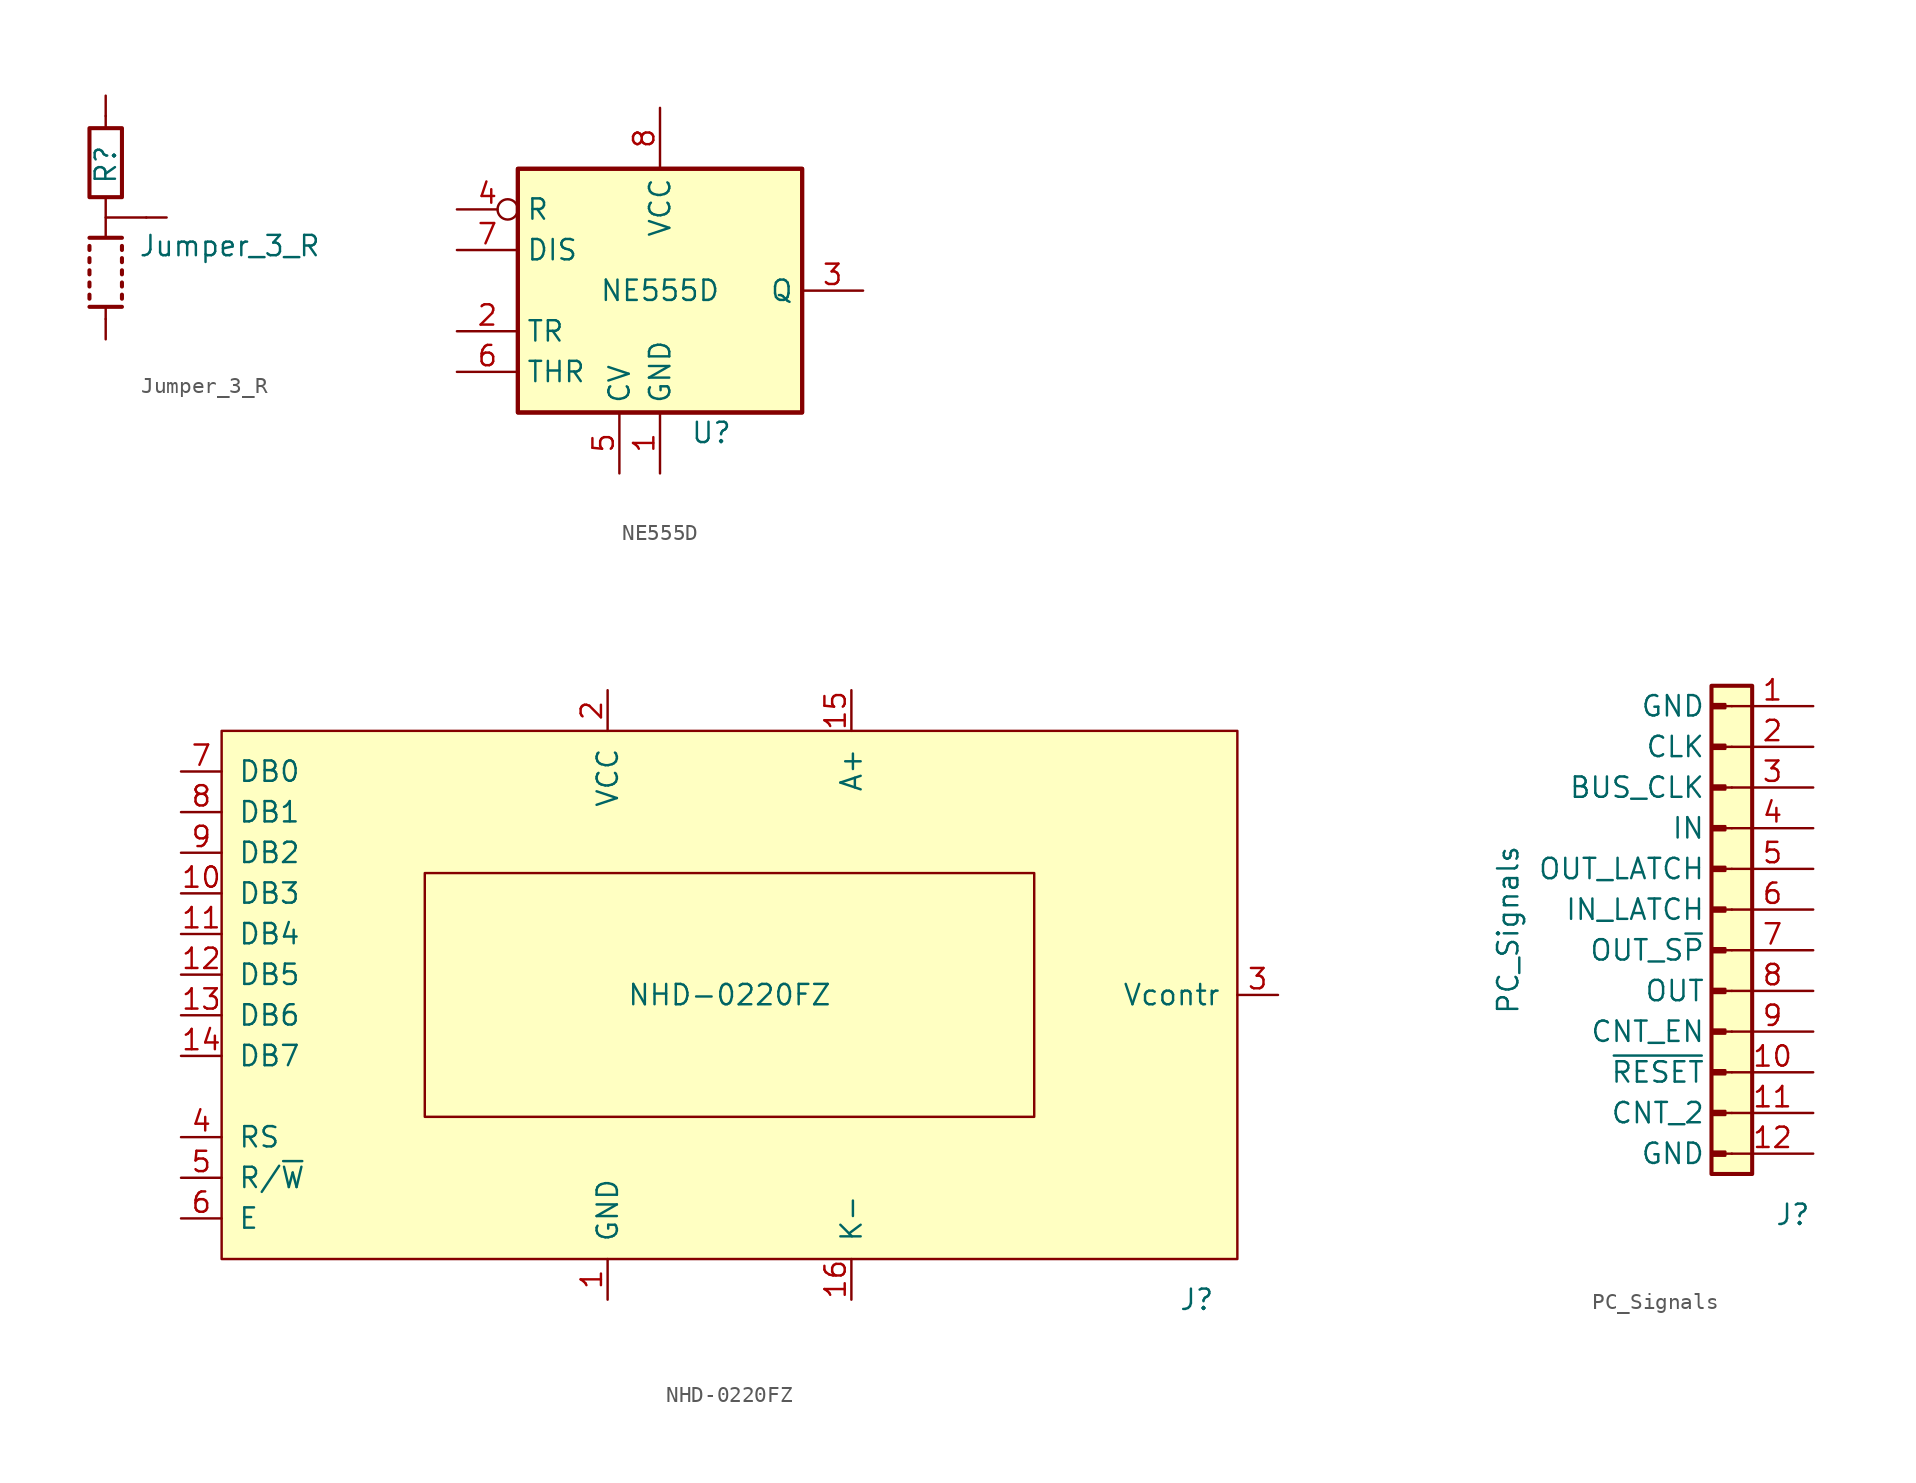
<source format=kicad_sym>
(kicad_symbol_lib
  (version 20211014)
  (generator kicad_symbol_editor)
  (symbol "Jumper_3_R"
    (pin_numbers hide)
    (pin_names hide)
    (property "Reference" "R"
      (at 0 3.302 90)
      (effects (font (size 1.27 1.27))))
    (property "Value" "Jumper_3_R"
      (at 2.032 -1.778 0)
      (effects (font (size 1.27 1.27)) (justify left)))
    (symbol "Jumper_3_R_0_1"
      (rectangle (start -1.016 5.588) (end 1.016 1.27) (stroke (width 0.254) (type default) (color 0 0 0 0)) (fill (type none)))
      (polyline (pts (xy -1.016 -5.588) (xy 1.016 -5.588)) (stroke (width 0.254) (type default) (color 0 0 0 0)) (fill (type none)))
      (polyline (pts (xy -1.016 -4.826) (xy -1.016 -5.08)) (stroke (width 0.254) (type default) (color 0 0 0 0)) (fill (type none)))
      (polyline (pts (xy -1.016 -4.064) (xy -1.016 -4.318)) (stroke (width 0.254) (type default) (color 0 0 0 0)) (fill (type none)))
      (polyline (pts (xy -1.016 -3.302) (xy -1.016 -3.556)) (stroke (width 0.254) (type default) (color 0 0 0 0)) (fill (type none)))
      (polyline (pts (xy -1.016 -2.54) (xy -1.016 -2.794)) (stroke (width 0.254) (type default) (color 0 0 0 0)) (fill (type none)))
      (polyline (pts (xy -1.016 -1.778) (xy -1.016 -2.032)) (stroke (width 0.254) (type default) (color 0 0 0 0)) (fill (type none)))
      (polyline (pts (xy -1.016 -1.27) (xy 1.016 -1.27)) (stroke (width 0.254) (type default) (color 0 0 0 0)) (fill (type none)))
      (polyline (pts (xy 0 -6.35) (xy 0 -5.588)) (stroke (width 0) (type default) (color 0 0 0 0)) (fill (type none)))
      (polyline (pts (xy 0 1.27) (xy 0 0)) (stroke (width 0) (type default) (color 0 0 0 0)) (fill (type none)))
      (polyline (pts (xy 0 6.35) (xy 0 5.588)) (stroke (width 0) (type default) (color 0 0 0 0)) (fill (type none)))
      (polyline (pts (xy 1.016 -4.826) (xy 1.016 -5.08)) (stroke (width 0.254) (type default) (color 0 0 0 0)) (fill (type none)))
      (polyline (pts (xy 1.016 -4.064) (xy 1.016 -4.318)) (stroke (width 0.254) (type default) (color 0 0 0 0)) (fill (type none)))
      (polyline (pts (xy 1.016 -3.302) (xy 1.016 -3.556)) (stroke (width 0.254) (type default) (color 0 0 0 0)) (fill (type none)))
      (polyline (pts (xy 1.016 -2.54) (xy 1.016 -2.794)) (stroke (width 0.254) (type default) (color 0 0 0 0)) (fill (type none)))
      (polyline (pts (xy 1.016 -1.778) (xy 1.016 -2.032)) (stroke (width 0.254) (type default) (color 0 0 0 0)) (fill (type none)))
      (polyline (pts (xy 2.54 0) (xy 0 0) (xy 0 -1.27)) (stroke (width 0) (type default) (color 0 0 0 0)) (fill (type none))))
    (symbol "Jumper_3_R_1_1"
      (pin passive line (at 0 7.62 270) (length 1.27) (name "~" (effects (font (size 1.27 1.27)))) (number "1" (effects (font (size 1.27 1.27)))))
      (pin passive line (at 3.81 0 180) (length 1.27) (name "~" (effects (font (size 1.27 1.27)))) (number "2" (effects (font (size 1.27 1.27)))))
      (pin passive line (at 0 -7.62 90) (length 1.27) (name "~" (effects (font (size 1.27 1.27)))) (number "3" (effects (font (size 1.27 1.27)))))))
  (symbol "NE555D"
    (property "Reference" "U"
      (at 1.905 -8.89 0)
      (effects (font (size 1.27 1.27)) (justify left)))
    (property "Value" "NE555D"
      (at 0 0 0)
      (effects (font (size 1.27 1.27))))
    (symbol "NE555D_0_0"
      (pin power_in line (at 0 -11.43 90) (length 3.81) (name "GND" (effects (font (size 1.27 1.27)))) (number "1" (effects (font (size 1.27 1.27)))))
      (pin power_in line (at 0 11.43 270) (length 3.81) (name "VCC" (effects (font (size 1.27 1.27)))) (number "8" (effects (font (size 1.27 1.27))))))
    (symbol "NE555D_0_1"
      (rectangle (start -8.89 -7.62) (end 8.89 7.62) (stroke (width 0.254) (type default) (color 0 0 0 0)) (fill (type background)))
      (rectangle (start -8.89 -7.62) (end 8.89 7.62) (stroke (width 0.254) (type default) (color 0 0 0 0)) (fill (type background))))
    (symbol "NE555D_1_1"
      (pin input line (at -12.7 -2.54 0) (length 3.81) (name "TR" (effects (font (size 1.27 1.27)))) (number "2" (effects (font (size 1.27 1.27)))))
      (pin output line (at 12.7 0 180) (length 3.81) (name "Q" (effects (font (size 1.27 1.27)))) (number "3" (effects (font (size 1.27 1.27)))))
      (pin input inverted (at -12.7 5.08 0) (length 3.81) (name "R" (effects (font (size 1.27 1.27)))) (number "4" (effects (font (size 1.27 1.27)))))
      (pin input line (at -2.54 -11.43 90) (length 3.81) (name "CV" (effects (font (size 1.27 1.27)))) (number "5" (effects (font (size 1.27 1.27)))))
      (pin input line (at -12.7 -5.08 0) (length 3.81) (name "THR" (effects (font (size 1.27 1.27)))) (number "6" (effects (font (size 1.27 1.27)))))
      (pin input line (at -12.7 2.54 0) (length 3.81) (name "DIS" (effects (font (size 1.27 1.27)))) (number "7" (effects (font (size 1.27 1.27)))))))
  (symbol "NHD-0220FZ"
    (pin_names
      (offset 1.016))
    (property "Reference" "J"
      (at 29.21 -19.05 0)
      (effects (font (size 1.27 1.27))))
    (property "Value" "NHD-0220FZ"
      (at 0 0 0)
      (effects (font (size 1.27 1.27))))
    (symbol "NHD-0220FZ_0_1"
      (rectangle (start -31.75 16.51) (end 31.75 -16.51) (stroke (width 0) (type default) (color 0 0 0 0)) (fill (type background)))
      (rectangle (start -19.05 7.62) (end 19.05 -7.62) (stroke (width 0) (type default) (color 0 0 0 0)) (fill (type background))))
    (symbol "NHD-0220FZ_1_1"
      (pin power_in line (at -7.62 -19.05 90) (length 2.54) (name "GND" (effects (font (size 1.27 1.27)))) (number "1" (effects (font (size 1.27 1.27)))))
      (pin passive line (at -34.29 6.35 0) (length 2.54) (name "DB3" (effects (font (size 1.27 1.27)))) (number "10" (effects (font (size 1.27 1.27)))))
      (pin passive line (at -34.29 3.81 0) (length 2.54) (name "DB4" (effects (font (size 1.27 1.27)))) (number "11" (effects (font (size 1.27 1.27)))))
      (pin passive line (at -34.29 1.27 0) (length 2.54) (name "DB5" (effects (font (size 1.27 1.27)))) (number "12" (effects (font (size 1.27 1.27)))))
      (pin passive line (at -34.29 -1.27 0) (length 2.54) (name "DB6" (effects (font (size 1.27 1.27)))) (number "13" (effects (font (size 1.27 1.27)))))
      (pin passive line (at -34.29 -3.81 0) (length 2.54) (name "DB7" (effects (font (size 1.27 1.27)))) (number "14" (effects (font (size 1.27 1.27)))))
      (pin passive line (at 7.62 19.05 270) (length 2.54) (name "A+" (effects (font (size 1.27 1.27)))) (number "15" (effects (font (size 1.27 1.27)))))
      (pin passive line (at 7.62 -19.05 90) (length 2.54) (name "K-" (effects (font (size 1.27 1.27)))) (number "16" (effects (font (size 1.27 1.27)))))
      (pin power_in line (at -7.62 19.05 270) (length 2.54) (name "VCC" (effects (font (size 1.27 1.27)))) (number "2" (effects (font (size 1.27 1.27)))))
      (pin passive line (at 34.29 0 180) (length 2.54) (name "Vcontr" (effects (font (size 1.27 1.27)))) (number "3" (effects (font (size 1.27 1.27)))))
      (pin passive line (at -34.29 -8.89 0) (length 2.54) (name "RS" (effects (font (size 1.27 1.27)))) (number "4" (effects (font (size 1.27 1.27)))))
      (pin passive line (at -34.29 -11.43 0) (length 2.54) (name "R/~{W}" (effects (font (size 1.27 1.27)))) (number "5" (effects (font (size 1.27 1.27)))))
      (pin passive line (at -34.29 -13.97 0) (length 2.54) (name "E" (effects (font (size 1.27 1.27)))) (number "6" (effects (font (size 1.27 1.27)))))
      (pin passive line (at -34.29 13.97 0) (length 2.54) (name "DB0" (effects (font (size 1.27 1.27)))) (number "7" (effects (font (size 1.27 1.27)))))
      (pin passive line (at -34.29 11.43 0) (length 2.54) (name "DB1" (effects (font (size 1.27 1.27)))) (number "8" (effects (font (size 1.27 1.27)))))
      (pin passive line (at -34.29 8.89 0) (length 2.54) (name "DB2" (effects (font (size 1.27 1.27)))) (number "9" (effects (font (size 1.27 1.27)))))))
  (symbol "PC_Signals"
    (pin_names
      (offset 1.651))
    (property "Reference" "J"
      (at 2.54 -17.78 0)
      (effects (font (size 1.27 1.27))))
    (property "Value" "PC_Signals"
      (at -15.24 0 90)
      (effects (font (size 1.27 1.27))))
    (symbol "PC_Signals_1_1"
      (rectangle (start -2.54 15.24) (end 0 -15.24) (stroke (width 0.254) (type default) (color 0 0 0 0)) (fill (type background)))
      (rectangle (start -1.676 -13.843) (end -2.54 -14.097) (stroke (width 0.152) (type default) (color 0 0 0 0)) (fill (type outline)))
      (rectangle (start -1.676 -11.303) (end -2.54 -11.557) (stroke (width 0.152) (type default) (color 0 0 0 0)) (fill (type outline)))
      (rectangle (start -1.676 -8.763) (end -2.54 -9.017) (stroke (width 0.152) (type default) (color 0 0 0 0)) (fill (type outline)))
      (rectangle (start -1.676 -6.223) (end -2.54 -6.477) (stroke (width 0.152) (type default) (color 0 0 0 0)) (fill (type outline)))
      (rectangle (start -1.676 -3.683) (end -2.54 -3.937) (stroke (width 0.152) (type default) (color 0 0 0 0)) (fill (type outline)))
      (rectangle (start -1.676 -1.143) (end -2.54 -1.397) (stroke (width 0.152) (type default) (color 0 0 0 0)) (fill (type outline)))
      (rectangle (start -1.676 1.397) (end -2.54 1.143) (stroke (width 0.152) (type default) (color 0 0 0 0)) (fill (type outline)))
      (rectangle (start -1.676 3.937) (end -2.54 3.683) (stroke (width 0.152) (type default) (color 0 0 0 0)) (fill (type outline)))
      (rectangle (start -1.676 6.477) (end -2.54 6.223) (stroke (width 0.152) (type default) (color 0 0 0 0)) (fill (type outline)))
      (rectangle (start -1.676 9.017) (end -2.54 8.763) (stroke (width 0.152) (type default) (color 0 0 0 0)) (fill (type outline)))
      (rectangle (start -1.676 11.557) (end -2.54 11.303) (stroke (width 0.152) (type default) (color 0 0 0 0)) (fill (type outline)))
      (rectangle (start -1.676 14.097) (end -2.54 13.843) (stroke (width 0.152) (type default) (color 0 0 0 0)) (fill (type outline)))
      (polyline (pts (xy -1.27 -13.97) (xy -1.676 -13.97)) (stroke (width 0.152) (type default) (color 0 0 0 0)) (fill (type none)))
      (polyline (pts (xy -1.27 -11.43) (xy -1.676 -11.43)) (stroke (width 0.152) (type default) (color 0 0 0 0)) (fill (type none)))
      (polyline (pts (xy -1.27 -8.89) (xy -1.676 -8.89)) (stroke (width 0.152) (type default) (color 0 0 0 0)) (fill (type none)))
      (polyline (pts (xy -1.27 -6.35) (xy -1.676 -6.35)) (stroke (width 0.152) (type default) (color 0 0 0 0)) (fill (type none)))
      (polyline (pts (xy -1.27 -3.81) (xy -1.676 -3.81)) (stroke (width 0.152) (type default) (color 0 0 0 0)) (fill (type none)))
      (polyline (pts (xy -1.27 -1.27) (xy -1.676 -1.27)) (stroke (width 0.152) (type default) (color 0 0 0 0)) (fill (type none)))
      (polyline (pts (xy -1.27 1.27) (xy -1.676 1.27)) (stroke (width 0.152) (type default) (color 0 0 0 0)) (fill (type none)))
      (polyline (pts (xy -1.27 3.81) (xy -1.676 3.81)) (stroke (width 0.152) (type default) (color 0 0 0 0)) (fill (type none)))
      (polyline (pts (xy -1.27 6.35) (xy -1.676 6.35)) (stroke (width 0.152) (type default) (color 0 0 0 0)) (fill (type none)))
      (polyline (pts (xy -1.27 8.89) (xy -1.676 8.89)) (stroke (width 0.152) (type default) (color 0 0 0 0)) (fill (type none)))
      (polyline (pts (xy -1.27 11.43) (xy -1.676 11.43)) (stroke (width 0.152) (type default) (color 0 0 0 0)) (fill (type none)))
      (polyline (pts (xy -1.27 13.97) (xy -1.676 13.97)) (stroke (width 0.152) (type default) (color 0 0 0 0)) (fill (type none)))
      (pin passive line (at 3.81 13.97 180) (length 5.08) (name "GND" (effects (font (size 1.27 1.27)))) (number "1" (effects (font (size 1.27 1.27)))))
      (pin passive line (at 3.81 -8.89 180) (length 5.08) (name "~{RESET}" (effects (font (size 1.27 1.27)))) (number "10" (effects (font (size 1.27 1.27)))))
      (pin passive line (at 3.81 -11.43 180) (length 5.08) (name "CNT_2" (effects (font (size 1.27 1.27)))) (number "11" (effects (font (size 1.27 1.27)))))
      (pin passive line (at 3.81 -13.97 180) (length 5.08) (name "GND" (effects (font (size 1.27 1.27)))) (number "12" (effects (font (size 1.27 1.27)))))
      (pin passive line (at 3.81 11.43 180) (length 5.08) (name "CLK" (effects (font (size 1.27 1.27)))) (number "2" (effects (font (size 1.27 1.27)))))
      (pin passive line (at 3.81 8.89 180) (length 5.08) (name "BUS_CLK" (effects (font (size 1.27 1.27)))) (number "3" (effects (font (size 1.27 1.27)))))
      (pin passive line (at 3.81 6.35 180) (length 5.08) (name "IN" (effects (font (size 1.27 1.27)))) (number "4" (effects (font (size 1.27 1.27)))))
      (pin passive line (at 3.81 3.81 180) (length 5.08) (name "OUT_LATCH" (effects (font (size 1.27 1.27)))) (number "5" (effects (font (size 1.27 1.27)))))
      (pin passive line (at 3.81 1.27 180) (length 5.08) (name "IN_LATCH" (effects (font (size 1.27 1.27)))) (number "6" (effects (font (size 1.27 1.27)))))
      (pin passive line (at 3.81 -1.27 180) (length 5.08) (name "OUT_S~{P}" (effects (font (size 1.27 1.27)))) (number "7" (effects (font (size 1.27 1.27)))))
      (pin passive line (at 3.81 -3.81 180) (length 5.08) (name "OUT" (effects (font (size 1.27 1.27)))) (number "8" (effects (font (size 1.27 1.27)))))
      (pin passive line (at 3.81 -6.35 180) (length 5.08) (name "CNT_EN" (effects (font (size 1.27 1.27)))) (number "9" (effects (font (size 1.27 1.27))))))))
</source>
